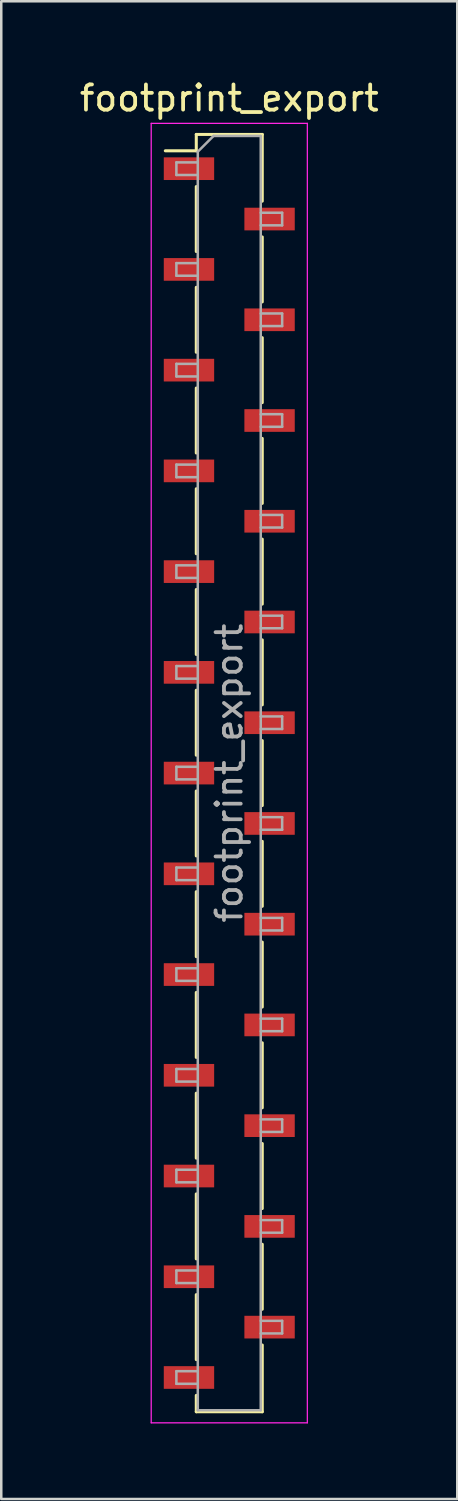
<source format=kicad_pcb>
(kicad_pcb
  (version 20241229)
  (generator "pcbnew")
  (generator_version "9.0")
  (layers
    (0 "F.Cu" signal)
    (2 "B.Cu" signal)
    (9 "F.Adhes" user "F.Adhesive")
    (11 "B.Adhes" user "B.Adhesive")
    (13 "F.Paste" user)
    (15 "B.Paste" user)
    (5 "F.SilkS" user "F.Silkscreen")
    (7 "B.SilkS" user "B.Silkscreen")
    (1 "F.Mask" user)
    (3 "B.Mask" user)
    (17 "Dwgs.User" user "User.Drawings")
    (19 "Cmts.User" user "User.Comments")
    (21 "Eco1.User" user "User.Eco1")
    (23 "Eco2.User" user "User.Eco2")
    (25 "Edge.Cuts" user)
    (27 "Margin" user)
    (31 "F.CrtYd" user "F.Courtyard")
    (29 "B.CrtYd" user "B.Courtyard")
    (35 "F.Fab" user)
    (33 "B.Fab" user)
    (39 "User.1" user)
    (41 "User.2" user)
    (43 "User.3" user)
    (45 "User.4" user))
  (footprint "footprint_export"
    (layer "F.Cu")
    (at 6.054 27.648)
    (property "Reference" "footprint_export" (at 0 -26.8 0) (layer "F.SilkS") (effects (font (size 1 1) (thickness 0.15))))
    (attr smd)
    (fp_line (start -2.54 -24.71) (end -1.31 -24.71) (stroke (width 0.12) (type solid)) (layer "F.SilkS"))
    (fp_line (start -1.31 -25.36) (end -1.31 -24.71) (stroke (width 0.12) (type solid)) (layer "F.SilkS"))
    (fp_line (start -1.31 -25.36) (end 1.31 -25.36) (stroke (width 0.12) (type solid)) (layer "F.SilkS"))
    (fp_line (start -1.31 -23.29) (end -1.31 -20.71) (stroke (width 0.12) (type solid)) (layer "F.SilkS"))
    (fp_line (start -1.31 -19.29) (end -1.31 -16.71) (stroke (width 0.12) (type solid)) (layer "F.SilkS"))
    (fp_line (start -1.31 -15.29) (end -1.31 -12.71) (stroke (width 0.12) (type solid)) (layer "F.SilkS"))
    (fp_line (start -1.31 -11.29) (end -1.31 -8.71) (stroke (width 0.12) (type solid)) (layer "F.SilkS"))
    (fp_line (start -1.31 -7.29) (end -1.31 -4.71) (stroke (width 0.12) (type solid)) (layer "F.SilkS"))
    (fp_line (start -1.31 -3.29) (end -1.31 -0.71) (stroke (width 0.12) (type solid)) (layer "F.SilkS"))
    (fp_line (start -1.31 0.71) (end -1.31 3.29) (stroke (width 0.12) (type solid)) (layer "F.SilkS"))
    (fp_line (start -1.31 4.71) (end -1.31 7.29) (stroke (width 0.12) (type solid)) (layer "F.SilkS"))
    (fp_line (start -1.31 8.71) (end -1.31 11.29) (stroke (width 0.12) (type solid)) (layer "F.SilkS"))
    (fp_line (start -1.31 12.71) (end -1.31 15.29) (stroke (width 0.12) (type solid)) (layer "F.SilkS"))
    (fp_line (start -1.31 16.71) (end -1.31 19.29) (stroke (width 0.12) (type solid)) (layer "F.SilkS"))
    (fp_line (start -1.31 20.71) (end -1.31 23.29) (stroke (width 0.12) (type solid)) (layer "F.SilkS"))
    (fp_line (start -1.31 24.71) (end -1.31 25.36) (stroke (width 0.12) (type solid)) (layer "F.SilkS"))
    (fp_line (start -1.31 25.36) (end 1.31 25.36) (stroke (width 0.12) (type solid)) (layer "F.SilkS"))
    (fp_line (start 1.31 -25.36) (end 1.31 -22.71) (stroke (width 0.12) (type solid)) (layer "F.SilkS"))
    (fp_line (start 1.31 -21.29) (end 1.31 -18.71) (stroke (width 0.12) (type solid)) (layer "F.SilkS"))
    (fp_line (start 1.31 -17.29) (end 1.31 -14.71) (stroke (width 0.12) (type solid)) (layer "F.SilkS"))
    (fp_line (start 1.31 -13.29) (end 1.31 -10.71) (stroke (width 0.12) (type solid)) (layer "F.SilkS"))
    (fp_line (start 1.31 -9.29) (end 1.31 -6.71) (stroke (width 0.12) (type solid)) (layer "F.SilkS"))
    (fp_line (start 1.31 -5.29) (end 1.31 -2.71) (stroke (width 0.12) (type solid)) (layer "F.SilkS"))
    (fp_line (start 1.31 -1.29) (end 1.31 1.29) (stroke (width 0.12) (type solid)) (layer "F.SilkS"))
    (fp_line (start 1.31 2.71) (end 1.31 5.29) (stroke (width 0.12) (type solid)) (layer "F.SilkS"))
    (fp_line (start 1.31 6.71) (end 1.31 9.29) (stroke (width 0.12) (type solid)) (layer "F.SilkS"))
    (fp_line (start 1.31 10.71) (end 1.31 13.29) (stroke (width 0.12) (type solid)) (layer "F.SilkS"))
    (fp_line (start 1.31 14.71) (end 1.31 17.29) (stroke (width 0.12) (type solid)) (layer "F.SilkS"))
    (fp_line (start 1.31 18.71) (end 1.31 21.29) (stroke (width 0.12) (type solid)) (layer "F.SilkS"))
    (fp_line (start 1.31 22.71) (end 1.31 25.36) (stroke (width 0.12) (type solid)) (layer "F.SilkS"))
    (fp_line (start -3.1 -25.8) (end 3.1 -25.8) (stroke (width 0.05) (type solid)) (layer "F.CrtYd"))
    (fp_line (start -3.1 25.8) (end -3.1 -25.8) (stroke (width 0.05) (type solid)) (layer "F.CrtYd"))
    (fp_line (start 3.1 -25.8) (end 3.1 25.8) (stroke (width 0.05) (type solid)) (layer "F.CrtYd"))
    (fp_line (start 3.1 25.8) (end -3.1 25.8) (stroke (width 0.05) (type solid)) (layer "F.CrtYd"))
    (fp_line (start -2.1 -24.25) (end -1.25 -24.25) (stroke (width 0.1) (type solid)) (layer "F.Fab"))
    (fp_line (start -2.1 -23.75) (end -2.1 -24.25) (stroke (width 0.1) (type solid)) (layer "F.Fab"))
    (fp_line (start -2.1 -20.25) (end -1.25 -20.25) (stroke (width 0.1) (type solid)) (layer "F.Fab"))
    (fp_line (start -2.1 -19.75) (end -2.1 -20.25) (stroke (width 0.1) (type solid)) (layer "F.Fab"))
    (fp_line (start -2.1 -16.25) (end -1.25 -16.25) (stroke (width 0.1) (type solid)) (layer "F.Fab"))
    (fp_line (start -2.1 -15.75) (end -2.1 -16.25) (stroke (width 0.1) (type solid)) (layer "F.Fab"))
    (fp_line (start -2.1 -12.25) (end -1.25 -12.25) (stroke (width 0.1) (type solid)) (layer "F.Fab"))
    (fp_line (start -2.1 -11.75) (end -2.1 -12.25) (stroke (width 0.1) (type solid)) (layer "F.Fab"))
    (fp_line (start -2.1 -8.25) (end -1.25 -8.25) (stroke (width 0.1) (type solid)) (layer "F.Fab"))
    (fp_line (start -2.1 -7.75) (end -2.1 -8.25) (stroke (width 0.1) (type solid)) (layer "F.Fab"))
    (fp_line (start -2.1 -4.25) (end -1.25 -4.25) (stroke (width 0.1) (type solid)) (layer "F.Fab"))
    (fp_line (start -2.1 -3.75) (end -2.1 -4.25) (stroke (width 0.1) (type solid)) (layer "F.Fab"))
    (fp_line (start -2.1 -0.25) (end -1.25 -0.25) (stroke (width 0.1) (type solid)) (layer "F.Fab"))
    (fp_line (start -2.1 0.25) (end -2.1 -0.25) (stroke (width 0.1) (type solid)) (layer "F.Fab"))
    (fp_line (start -2.1 3.75) (end -1.25 3.75) (stroke (width 0.1) (type solid)) (layer "F.Fab"))
    (fp_line (start -2.1 4.25) (end -2.1 3.75) (stroke (width 0.1) (type solid)) (layer "F.Fab"))
    (fp_line (start -2.1 7.75) (end -1.25 7.75) (stroke (width 0.1) (type solid)) (layer "F.Fab"))
    (fp_line (start -2.1 8.25) (end -2.1 7.75) (stroke (width 0.1) (type solid)) (layer "F.Fab"))
    (fp_line (start -2.1 11.75) (end -1.25 11.75) (stroke (width 0.1) (type solid)) (layer "F.Fab"))
    (fp_line (start -2.1 12.25) (end -2.1 11.75) (stroke (width 0.1) (type solid)) (layer "F.Fab"))
    (fp_line (start -2.1 15.75) (end -1.25 15.75) (stroke (width 0.1) (type solid)) (layer "F.Fab"))
    (fp_line (start -2.1 16.25) (end -2.1 15.75) (stroke (width 0.1) (type solid)) (layer "F.Fab"))
    (fp_line (start -2.1 19.75) (end -1.25 19.75) (stroke (width 0.1) (type solid)) (layer "F.Fab"))
    (fp_line (start -2.1 20.25) (end -2.1 19.75) (stroke (width 0.1) (type solid)) (layer "F.Fab"))
    (fp_line (start -2.1 23.75) (end -1.25 23.75) (stroke (width 0.1) (type solid)) (layer "F.Fab"))
    (fp_line (start -2.1 24.25) (end -2.1 23.75) (stroke (width 0.1) (type solid)) (layer "F.Fab"))
    (fp_line (start -1.25 -24.675) (end -0.625 -25.3) (stroke (width 0.1) (type solid)) (layer "F.Fab"))
    (fp_line (start -1.25 -23.75) (end -2.1 -23.75) (stroke (width 0.1) (type solid)) (layer "F.Fab"))
    (fp_line (start -1.25 -19.75) (end -2.1 -19.75) (stroke (width 0.1) (type solid)) (layer "F.Fab"))
    (fp_line (start -1.25 -15.75) (end -2.1 -15.75) (stroke (width 0.1) (type solid)) (layer "F.Fab"))
    (fp_line (start -1.25 -11.75) (end -2.1 -11.75) (stroke (width 0.1) (type solid)) (layer "F.Fab"))
    (fp_line (start -1.25 -7.75) (end -2.1 -7.75) (stroke (width 0.1) (type solid)) (layer "F.Fab"))
    (fp_line (start -1.25 -3.75) (end -2.1 -3.75) (stroke (width 0.1) (type solid)) (layer "F.Fab"))
    (fp_line (start -1.25 0.25) (end -2.1 0.25) (stroke (width 0.1) (type solid)) (layer "F.Fab"))
    (fp_line (start -1.25 4.25) (end -2.1 4.25) (stroke (width 0.1) (type solid)) (layer "F.Fab"))
    (fp_line (start -1.25 8.25) (end -2.1 8.25) (stroke (width 0.1) (type solid)) (layer "F.Fab"))
    (fp_line (start -1.25 12.25) (end -2.1 12.25) (stroke (width 0.1) (type solid)) (layer "F.Fab"))
    (fp_line (start -1.25 16.25) (end -2.1 16.25) (stroke (width 0.1) (type solid)) (layer "F.Fab"))
    (fp_line (start -1.25 20.25) (end -2.1 20.25) (stroke (width 0.1) (type solid)) (layer "F.Fab"))
    (fp_line (start -1.25 24.25) (end -2.1 24.25) (stroke (width 0.1) (type solid)) (layer "F.Fab"))
    (fp_line (start -1.25 25.3) (end -1.25 -24.675) (stroke (width 0.1) (type solid)) (layer "F.Fab"))
    (fp_line (start -0.625 -25.3) (end 1.25 -25.3) (stroke (width 0.1) (type solid)) (layer "F.Fab"))
    (fp_line (start 1.25 -25.3) (end 1.25 25.3) (stroke (width 0.1) (type solid)) (layer "F.Fab"))
    (fp_line (start 1.25 -22.25) (end 2.1 -22.25) (stroke (width 0.1) (type solid)) (layer "F.Fab"))
    (fp_line (start 1.25 -18.25) (end 2.1 -18.25) (stroke (width 0.1) (type solid)) (layer "F.Fab"))
    (fp_line (start 1.25 -14.25) (end 2.1 -14.25) (stroke (width 0.1) (type solid)) (layer "F.Fab"))
    (fp_line (start 1.25 -10.25) (end 2.1 -10.25) (stroke (width 0.1) (type solid)) (layer "F.Fab"))
    (fp_line (start 1.25 -6.25) (end 2.1 -6.25) (stroke (width 0.1) (type solid)) (layer "F.Fab"))
    (fp_line (start 1.25 -2.25) (end 2.1 -2.25) (stroke (width 0.1) (type solid)) (layer "F.Fab"))
    (fp_line (start 1.25 1.75) (end 2.1 1.75) (stroke (width 0.1) (type solid)) (layer "F.Fab"))
    (fp_line (start 1.25 5.75) (end 2.1 5.75) (stroke (width 0.1) (type solid)) (layer "F.Fab"))
    (fp_line (start 1.25 9.75) (end 2.1 9.75) (stroke (width 0.1) (type solid)) (layer "F.Fab"))
    (fp_line (start 1.25 13.75) (end 2.1 13.75) (stroke (width 0.1) (type solid)) (layer "F.Fab"))
    (fp_line (start 1.25 17.75) (end 2.1 17.75) (stroke (width 0.1) (type solid)) (layer "F.Fab"))
    (fp_line (start 1.25 21.75) (end 2.1 21.75) (stroke (width 0.1) (type solid)) (layer "F.Fab"))
    (fp_line (start 1.25 25.3) (end -1.25 25.3) (stroke (width 0.1) (type solid)) (layer "F.Fab"))
    (fp_line (start 2.1 -22.25) (end 2.1 -21.75) (stroke (width 0.1) (type solid)) (layer "F.Fab"))
    (fp_line (start 2.1 -21.75) (end 1.25 -21.75) (stroke (width 0.1) (type solid)) (layer "F.Fab"))
    (fp_line (start 2.1 -18.25) (end 2.1 -17.75) (stroke (width 0.1) (type solid)) (layer "F.Fab"))
    (fp_line (start 2.1 -17.75) (end 1.25 -17.75) (stroke (width 0.1) (type solid)) (layer "F.Fab"))
    (fp_line (start 2.1 -14.25) (end 2.1 -13.75) (stroke (width 0.1) (type solid)) (layer "F.Fab"))
    (fp_line (start 2.1 -13.75) (end 1.25 -13.75) (stroke (width 0.1) (type solid)) (layer "F.Fab"))
    (fp_line (start 2.1 -10.25) (end 2.1 -9.75) (stroke (width 0.1) (type solid)) (layer "F.Fab"))
    (fp_line (start 2.1 -9.75) (end 1.25 -9.75) (stroke (width 0.1) (type solid)) (layer "F.Fab"))
    (fp_line (start 2.1 -6.25) (end 2.1 -5.75) (stroke (width 0.1) (type solid)) (layer "F.Fab"))
    (fp_line (start 2.1 -5.75) (end 1.25 -5.75) (stroke (width 0.1) (type solid)) (layer "F.Fab"))
    (fp_line (start 2.1 -2.25) (end 2.1 -1.75) (stroke (width 0.1) (type solid)) (layer "F.Fab"))
    (fp_line (start 2.1 -1.75) (end 1.25 -1.75) (stroke (width 0.1) (type solid)) (layer "F.Fab"))
    (fp_line (start 2.1 1.75) (end 2.1 2.25) (stroke (width 0.1) (type solid)) (layer "F.Fab"))
    (fp_line (start 2.1 2.25) (end 1.25 2.25) (stroke (width 0.1) (type solid)) (layer "F.Fab"))
    (fp_line (start 2.1 5.75) (end 2.1 6.25) (stroke (width 0.1) (type solid)) (layer "F.Fab"))
    (fp_line (start 2.1 6.25) (end 1.25 6.25) (stroke (width 0.1) (type solid)) (layer "F.Fab"))
    (fp_line (start 2.1 9.75) (end 2.1 10.25) (stroke (width 0.1) (type solid)) (layer "F.Fab"))
    (fp_line (start 2.1 10.25) (end 1.25 10.25) (stroke (width 0.1) (type solid)) (layer "F.Fab"))
    (fp_line (start 2.1 13.75) (end 2.1 14.25) (stroke (width 0.1) (type solid)) (layer "F.Fab"))
    (fp_line (start 2.1 14.25) (end 1.25 14.25) (stroke (width 0.1) (type solid)) (layer "F.Fab"))
    (fp_line (start 2.1 17.75) (end 2.1 18.25) (stroke (width 0.1) (type solid)) (layer "F.Fab"))
    (fp_line (start 2.1 18.25) (end 1.25 18.25) (stroke (width 0.1) (type solid)) (layer "F.Fab"))
    (fp_line (start 2.1 21.75) (end 2.1 22.25) (stroke (width 0.1) (type solid)) (layer "F.Fab"))
    (fp_line (start 2.1 22.25) (end 1.25 22.25) (stroke (width 0.1) (type solid)) (layer "F.Fab"))
    (fp_text user "${REFERENCE}" (at 0 0 90) (layer "F.Fab") (effects (font (size 1 1) (thickness 0.15))))
    (pad "1" smd rect (at -1.6 -24) (size 2 0.9) (layers "F.Cu" "F.Mask" "F.Paste"))
    (pad "2" smd rect (at 1.6 -22) (size 2 0.9) (layers "F.Cu" "F.Mask" "F.Paste"))
    (pad "3" smd rect (at -1.6 -20) (size 2 0.9) (layers "F.Cu" "F.Mask" "F.Paste"))
    (pad "4" smd rect (at 1.6 -18) (size 2 0.9) (layers "F.Cu" "F.Mask" "F.Paste"))
    (pad "5" smd rect (at -1.6 -16) (size 2 0.9) (layers "F.Cu" "F.Mask" "F.Paste"))
    (pad "6" smd rect (at 1.6 -14) (size 2 0.9) (layers "F.Cu" "F.Mask" "F.Paste"))
    (pad "7" smd rect (at -1.6 -12) (size 2 0.9) (layers "F.Cu" "F.Mask" "F.Paste"))
    (pad "8" smd rect (at 1.6 -10) (size 2 0.9) (layers "F.Cu" "F.Mask" "F.Paste"))
    (pad "9" smd rect (at -1.6 -8) (size 2 0.9) (layers "F.Cu" "F.Mask" "F.Paste"))
    (pad "10" smd rect (at 1.6 -6) (size 2 0.9) (layers "F.Cu" "F.Mask" "F.Paste"))
    (pad "11" smd rect (at -1.6 -4) (size 2 0.9) (layers "F.Cu" "F.Mask" "F.Paste"))
    (pad "12" smd rect (at 1.6 -2) (size 2 0.9) (layers "F.Cu" "F.Mask" "F.Paste"))
    (pad "13" smd rect (at -1.6 0) (size 2 0.9) (layers "F.Cu" "F.Mask" "F.Paste"))
    (pad "14" smd rect (at 1.6 2) (size 2 0.9) (layers "F.Cu" "F.Mask" "F.Paste"))
    (pad "15" smd rect (at -1.6 4) (size 2 0.9) (layers "F.Cu" "F.Mask" "F.Paste"))
    (pad "16" smd rect (at 1.6 6) (size 2 0.9) (layers "F.Cu" "F.Mask" "F.Paste"))
    (pad "17" smd rect (at -1.6 8) (size 2 0.9) (layers "F.Cu" "F.Mask" "F.Paste"))
    (pad "18" smd rect (at 1.6 10) (size 2 0.9) (layers "F.Cu" "F.Mask" "F.Paste"))
    (pad "19" smd rect (at -1.6 12) (size 2 0.9) (layers "F.Cu" "F.Mask" "F.Paste"))
    (pad "20" smd rect (at 1.6 14) (size 2 0.9) (layers "F.Cu" "F.Mask" "F.Paste"))
    (pad "21" smd rect (at -1.6 16) (size 2 0.9) (layers "F.Cu" "F.Mask" "F.Paste"))
    (pad "22" smd rect (at 1.6 18) (size 2 0.9) (layers "F.Cu" "F.Mask" "F.Paste"))
    (pad "23" smd rect (at -1.6 20) (size 2 0.9) (layers "F.Cu" "F.Mask" "F.Paste"))
    (pad "24" smd rect (at 1.6 22) (size 2 0.9) (layers "F.Cu" "F.Mask" "F.Paste"))
    (pad "25" smd rect (at -1.6 24) (size 2 0.9) (layers "F.Cu" "F.Mask" "F.Paste")))
  (gr_rect
    (start -3 -3)
    (end 15.107 56.473)
    (stroke (width 0.1) (type default))
    (fill no)
    (layer "Edge.Cuts")))
</source>
